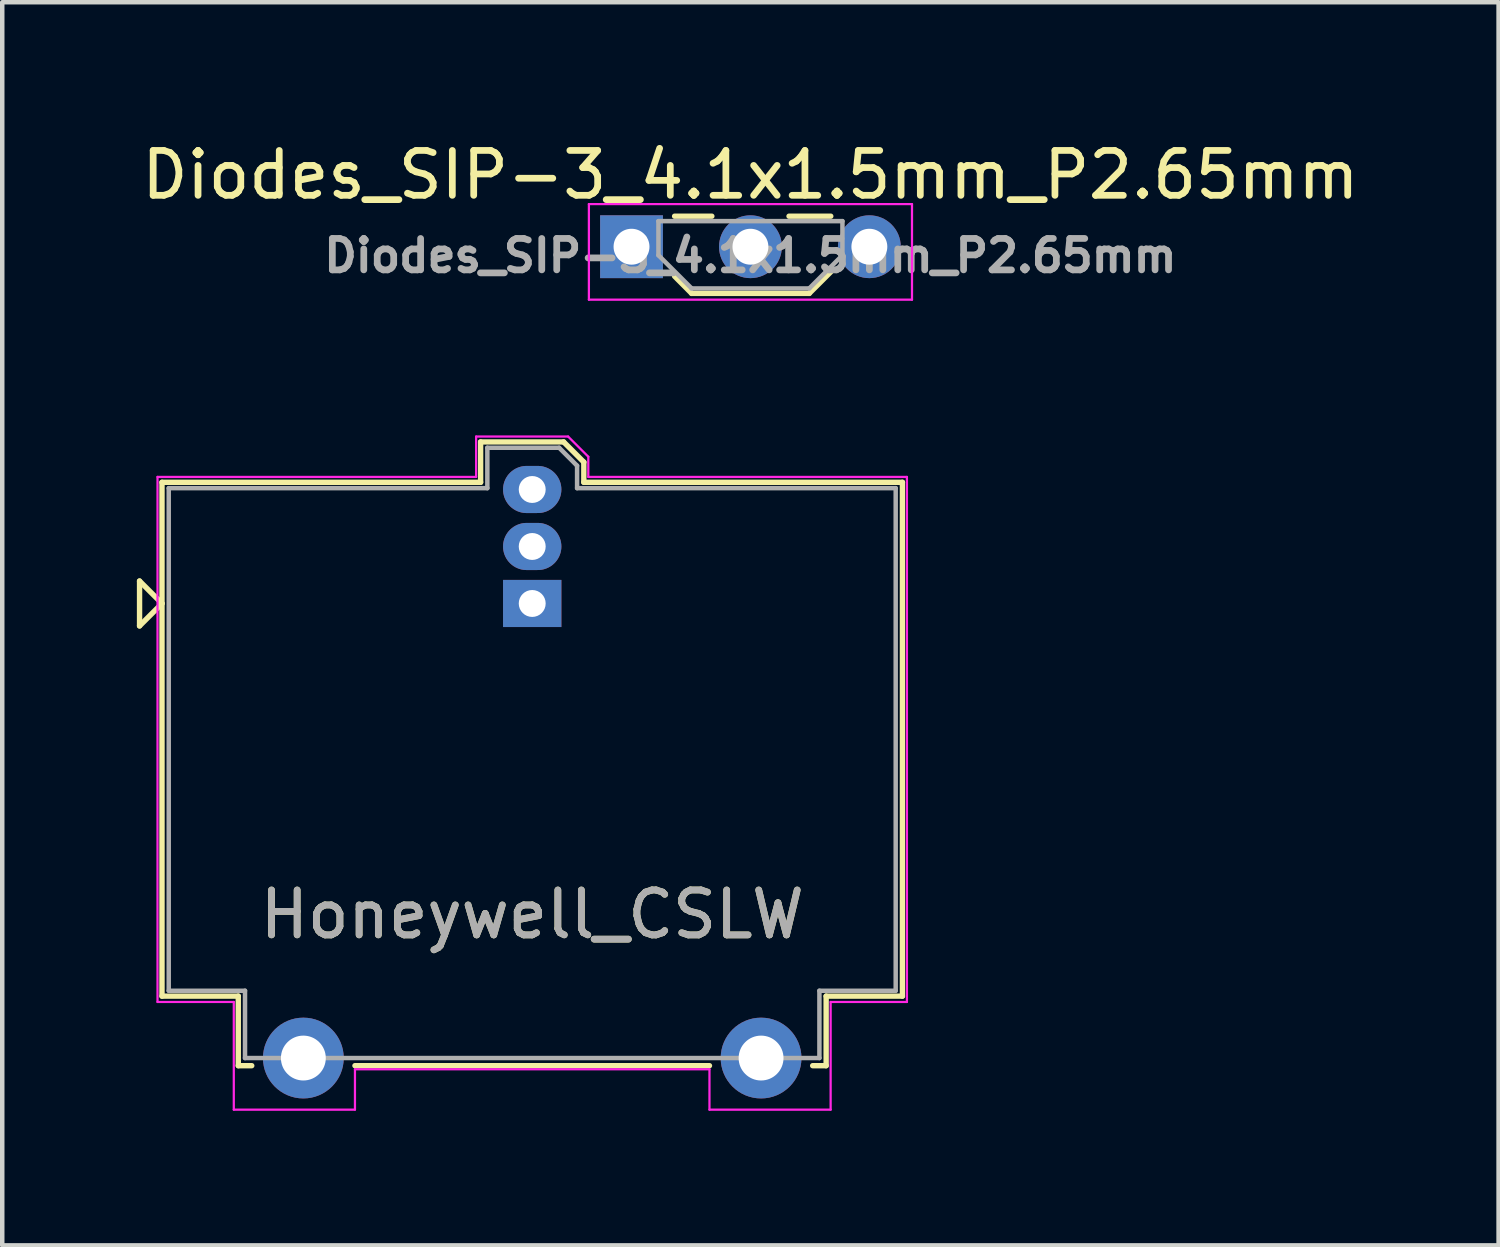
<source format=kicad_pcb>
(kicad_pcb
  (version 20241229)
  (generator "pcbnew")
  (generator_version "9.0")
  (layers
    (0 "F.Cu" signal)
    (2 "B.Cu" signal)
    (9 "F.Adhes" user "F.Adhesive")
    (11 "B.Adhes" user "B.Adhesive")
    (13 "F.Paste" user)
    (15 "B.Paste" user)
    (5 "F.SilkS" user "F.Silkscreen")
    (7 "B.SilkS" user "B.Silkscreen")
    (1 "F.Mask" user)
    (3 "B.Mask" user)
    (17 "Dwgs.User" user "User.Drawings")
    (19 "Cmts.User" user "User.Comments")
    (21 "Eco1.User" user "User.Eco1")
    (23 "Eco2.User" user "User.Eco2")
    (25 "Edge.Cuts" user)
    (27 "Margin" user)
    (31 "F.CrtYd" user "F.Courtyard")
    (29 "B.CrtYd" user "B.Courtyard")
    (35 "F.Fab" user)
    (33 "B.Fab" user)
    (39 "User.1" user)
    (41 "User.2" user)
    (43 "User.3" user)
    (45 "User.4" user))
  (footprint "Honeywell_CSLW"
    (layer "F.Cu")
    (at 8.81 10.398)
    (property "Reference" "Honeywell_CSLW" (at 0 6.93 0) (layer "F.SilkS") (effects (font (size 1 1) (thickness 0.15))))
    (attr through_hole)
    (fp_line (start -8.75 0.5) (end -8.75 -0.5) (stroke (width 0.12) (type solid)) (layer "F.SilkS"))
    (fp_line (start -8.25 -2.7) (end -8.25 8.75) (stroke (width 0.12) (type solid)) (layer "F.SilkS"))
    (fp_line (start -8.25 -2.7) (end -1.15 -2.7) (stroke (width 0.12) (type solid)) (layer "F.SilkS"))
    (fp_line (start -8.25 0) (end -8.75 -0.5) (stroke (width 0.12) (type solid)) (layer "F.SilkS"))
    (fp_line (start -8.25 0) (end -8.75 0.5) (stroke (width 0.12) (type solid)) (layer "F.SilkS"))
    (fp_line (start -8.25 8.75) (end -6.55 8.75) (stroke (width 0.12) (type solid)) (layer "F.SilkS"))
    (fp_line (start -6.55 8.75) (end -6.55 10.3) (stroke (width 0.12) (type solid)) (layer "F.SilkS"))
    (fp_line (start -6.25 10.3) (end -6.55 10.3) (stroke (width 0.12) (type solid)) (layer "F.SilkS"))
    (fp_line (start -1.15 -3.6) (end 0.7 -3.6) (stroke (width 0.12) (type solid)) (layer "F.SilkS"))
    (fp_line (start -1.15 -2.7) (end -1.15 -3.6) (stroke (width 0.12) (type solid)) (layer "F.SilkS"))
    (fp_line (start 0.7 -3.6) (end 1.15 -3.15) (stroke (width 0.12) (type solid)) (layer "F.SilkS"))
    (fp_line (start 1.15 -3.15) (end 1.15 -2.7) (stroke (width 0.12) (type solid)) (layer "F.SilkS"))
    (fp_line (start 1.15 -2.7) (end 8.25 -2.7) (stroke (width 0.12) (type solid)) (layer "F.SilkS"))
    (fp_line (start 3.95 10.3) (end -3.95 10.3) (stroke (width 0.12) (type solid)) (layer "F.SilkS"))
    (fp_line (start 6.25 10.3) (end 6.55 10.3) (stroke (width 0.12) (type solid)) (layer "F.SilkS"))
    (fp_line (start 6.55 8.75) (end 6.55 10.3) (stroke (width 0.12) (type solid)) (layer "F.SilkS"))
    (fp_line (start 8.25 -2.7) (end 8.25 8.75) (stroke (width 0.12) (type solid)) (layer "F.SilkS"))
    (fp_line (start 8.25 8.75) (end 6.55 8.75) (stroke (width 0.12) (type solid)) (layer "F.SilkS"))
    (fp_line (start -8.35 -2.82) (end -8.35 8.88) (stroke (width 0.05) (type solid)) (layer "F.CrtYd"))
    (fp_line (start -8.35 8.88) (end -6.65 8.88) (stroke (width 0.05) (type solid)) (layer "F.CrtYd"))
    (fp_line (start -6.65 8.88) (end -6.65 11.28) (stroke (width 0.05) (type solid)) (layer "F.CrtYd"))
    (fp_line (start -6.65 11.28) (end -3.95 11.28) (stroke (width 0.05) (type solid)) (layer "F.CrtYd"))
    (fp_line (start -3.95 10.38) (end 3.95 10.38) (stroke (width 0.05) (type solid)) (layer "F.CrtYd"))
    (fp_line (start -3.95 11.28) (end -3.95 10.38) (stroke (width 0.05) (type solid)) (layer "F.CrtYd"))
    (fp_line (start -1.25 -3.72) (end -1.25 -2.82) (stroke (width 0.05) (type solid)) (layer "F.CrtYd"))
    (fp_line (start -1.25 -2.82) (end -8.35 -2.82) (stroke (width 0.05) (type solid)) (layer "F.CrtYd"))
    (fp_line (start 0.8 -3.72) (end -1.25 -3.72) (stroke (width 0.05) (type solid)) (layer "F.CrtYd"))
    (fp_line (start 1.25 -3.27) (end 0.8 -3.72) (stroke (width 0.05) (type solid)) (layer "F.CrtYd"))
    (fp_line (start 1.25 -2.82) (end 1.25 -3.27) (stroke (width 0.05) (type solid)) (layer "F.CrtYd"))
    (fp_line (start 3.95 10.38) (end 3.95 11.28) (stroke (width 0.05) (type solid)) (layer "F.CrtYd"))
    (fp_line (start 3.95 11.28) (end 6.65 11.28) (stroke (width 0.05) (type solid)) (layer "F.CrtYd"))
    (fp_line (start 6.65 8.88) (end 8.35 8.88) (stroke (width 0.05) (type solid)) (layer "F.CrtYd"))
    (fp_line (start 6.65 11.28) (end 6.65 8.88) (stroke (width 0.05) (type solid)) (layer "F.CrtYd"))
    (fp_line (start 8.35 -2.82) (end 1.25 -2.82) (stroke (width 0.05) (type solid)) (layer "F.CrtYd"))
    (fp_line (start 8.35 8.88) (end 8.35 -2.82) (stroke (width 0.05) (type solid)) (layer "F.CrtYd"))
    (fp_line (start -8.1 -2.57) (end -8.1 8.63) (stroke (width 0.1) (type solid)) (layer "F.Fab"))
    (fp_line (start -8.1 8.63) (end -6.4 8.63) (stroke (width 0.1) (type solid)) (layer "F.Fab"))
    (fp_line (start -6.4 8.63) (end -6.4 10.13) (stroke (width 0.1) (type solid)) (layer "F.Fab"))
    (fp_line (start -6.4 10.13) (end 6.4 10.13) (stroke (width 0.1) (type solid)) (layer "F.Fab"))
    (fp_line (start -1 -3.47) (end -1 -2.57) (stroke (width 0.1) (type solid)) (layer "F.Fab"))
    (fp_line (start -1 -2.57) (end -8.1 -2.57) (stroke (width 0.1) (type solid)) (layer "F.Fab"))
    (fp_line (start 0.6 -3.47) (end -1 -3.47) (stroke (width 0.1) (type solid)) (layer "F.Fab"))
    (fp_line (start 1 -3.07) (end 0.6 -3.47) (stroke (width 0.1) (type solid)) (layer "F.Fab"))
    (fp_line (start 1 -2.57) (end 1 -3.07) (stroke (width 0.1) (type solid)) (layer "F.Fab"))
    (fp_line (start 6.4 8.63) (end 8.1 8.63) (stroke (width 0.1) (type solid)) (layer "F.Fab"))
    (fp_line (start 6.4 10.13) (end 6.4 8.63) (stroke (width 0.1) (type solid)) (layer "F.Fab"))
    (fp_line (start 8.1 -2.57) (end 1 -2.57) (stroke (width 0.1) (type solid)) (layer "F.Fab"))
    (fp_line (start 8.1 8.63) (end 8.1 -2.57) (stroke (width 0.1) (type solid)) (layer "F.Fab"))
    (fp_text user "${REFERENCE}" (at 0 6.93 0) (layer "F.Fab") (effects (font (size 1 1) (thickness 0.15))))
    (pad "1" thru_hole rect (at 0 0) (size 1.3 1.05) (drill 0.6) (layers "*.Cu" "*.Mask"))
    (pad "2" thru_hole oval (at 0 -1.27) (size 1.3 1.05) (drill 0.6) (layers "*.Cu" "*.Mask"))
    (pad "3" thru_hole oval (at 0 -2.54) (size 1.3 1.05) (drill 0.6) (layers "*.Cu" "*.Mask"))
    (pad "4" thru_hole circle (at -5.1 10.13) (size 1.8 1.8) (drill 1) (layers "*.Cu" "*.Mask"))
    (pad "5" thru_hole circle (at 5.1 10.13) (size 1.8 1.8) (drill 1) (layers "*.Cu" "*.Mask")))
  (footprint "Diodes_SIP-3_4.1x1.5mm_P2.65mm"
    (layer "F.Cu")
    (at 11.023 2.448)
    (property "Reference" "Diodes_SIP-3_4.1x1.5mm_P2.65mm" (at 2.65 -1.6 0) (layer "F.SilkS") (effects (font (size 1 1) (thickness 0.15))))
    (attr through_hole)
    (fp_line (start 0.96 -0.68) (end 1.79 -0.68) (stroke (width 0.12) (type solid)) (layer "F.SilkS"))
    (fp_line (start 0.96 0.658) (end 1.34 1.04) (stroke (width 0.12) (type solid)) (layer "F.SilkS"))
    (fp_line (start 1.34 1.04) (end 3.96 1.04) (stroke (width 0.12) (type solid)) (layer "F.SilkS"))
    (fp_line (start 3.51 -0.68) (end 4.44 -0.68) (stroke (width 0.12) (type solid)) (layer "F.SilkS"))
    (fp_line (start 4.44 0.56) (end 3.96 1.04) (stroke (width 0.12) (type solid)) (layer "F.SilkS"))
    (fp_line (start -0.95 -0.95) (end -0.95 1.18) (stroke (width 0.05) (type solid)) (layer "F.CrtYd"))
    (fp_line (start -0.95 -0.95) (end 6.25 -0.95) (stroke (width 0.05) (type solid)) (layer "F.CrtYd"))
    (fp_line (start -0.95 1.18) (end 6.25 1.18) (stroke (width 0.05) (type solid)) (layer "F.CrtYd"))
    (fp_line (start 6.25 -0.95) (end 6.25 1.18) (stroke (width 0.05) (type solid)) (layer "F.CrtYd"))
    (fp_line (start 0.6 -0.57) (end 0.6 0.19) (stroke (width 0.1) (type solid)) (layer "F.Fab"))
    (fp_line (start 0.6 -0.57) (end 4.7 -0.57) (stroke (width 0.1) (type solid)) (layer "F.Fab"))
    (fp_line (start 0.6 0.19) (end 1.34 0.93) (stroke (width 0.1) (type solid)) (layer "F.Fab"))
    (fp_line (start 1.34 0.93) (end 3.96 0.93) (stroke (width 0.1) (type solid)) (layer "F.Fab"))
    (fp_line (start 4.7 -0.57) (end 4.7 0.19) (stroke (width 0.1) (type solid)) (layer "F.Fab"))
    (fp_line (start 4.7 0.19) (end 3.96 0.93) (stroke (width 0.1) (type solid)) (layer "F.Fab"))
    (fp_text user "${REFERENCE}" (at 2.65 0.2 0) (layer "F.Fab") (effects (font (size 0.7 0.7) (thickness 0.15))))
    (pad "1" thru_hole rect (at 0 0) (size 1.4 1.4) (drill 0.8) (layers "*.Cu" "*.Mask"))
    (pad "2" thru_hole circle (at 2.65 0) (size 1.4 1.4) (drill 0.8) (layers "*.Cu" "*.Mask"))
    (pad "3" thru_hole circle (at 5.3 0) (size 1.4 1.4) (drill 0.8) (layers "*.Cu" "*.Mask")))
  (gr_rect
    (start -3 -3)
    (end 30.345 24.703)
    (stroke (width 0.1) (type default))
    (fill no)
    (layer "Edge.Cuts")))
</source>
